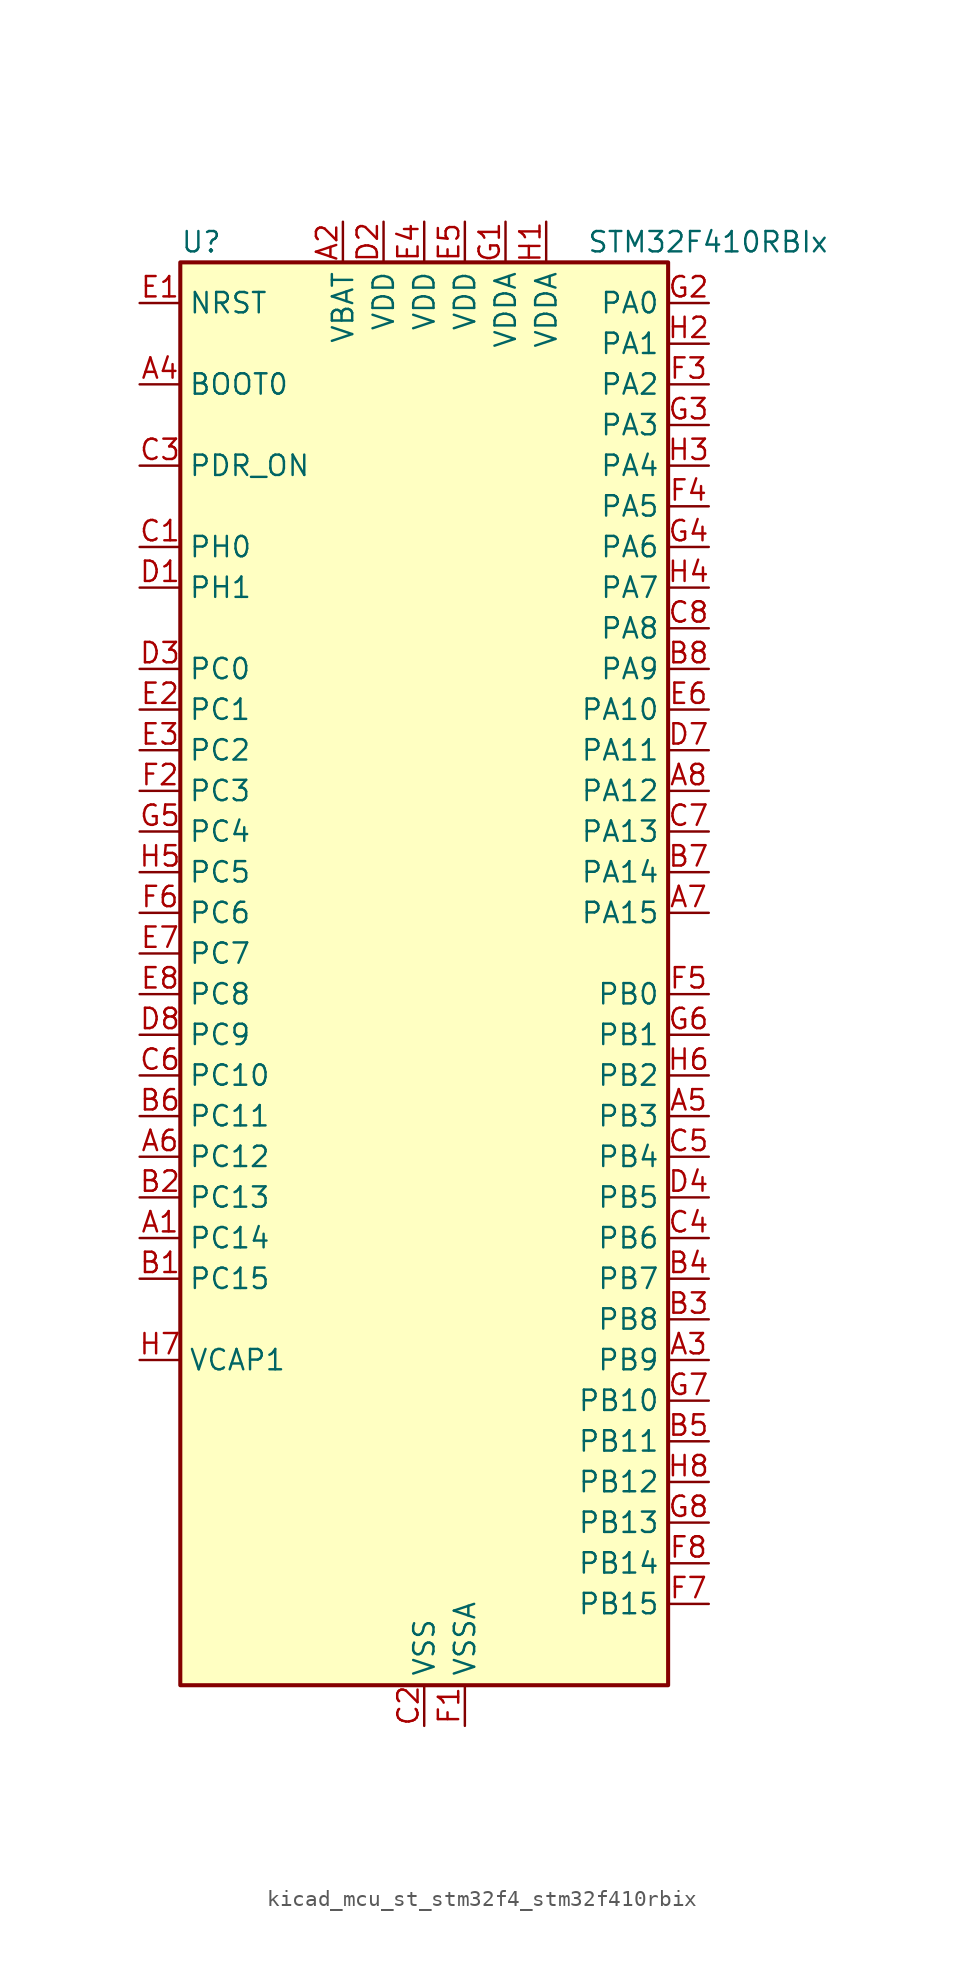
<source format=kicad_sym>
(kicad_symbol_lib
  (version 20220914)
  (generator kicad_symbol_editor)
  (symbol "kicad_mcu_st_stm32f4_stm32f410rbix"
    (property "Reference" "U"
      (at -15.24 46.99 0)
      (effects (font (size 1.27 1.27)) (justify left)))
    (property "Value" "STM32F410RBIx"
      (at 10.16 46.99 0)
      (effects (font (size 1.27 1.27)) (justify left)))
    (property "ki_locked" ""
      (at 0 0 0)
      (effects (font (size 1.27 1.27))))
    (symbol "kicad_mcu_st_stm32f4_stm32f410rbix_0_1"
      (rectangle (start -15.24 -43.18) (end 15.24 45.72) (stroke (width 0.254) (type default)) (fill (type background))))
    (symbol "kicad_mcu_st_stm32f4_stm32f410rbix_1_1"
      (pin bidirectional line (at -17.78 -15.24 0) (length 2.54) (name "PC14" (effects (font (size 1.27 1.27)))) (number "A1" (effects (font (size 1.27 1.27)))) (alternate "RCC_OSC32_IN" bidirectional line))
      (pin power_in line (at -5.08 48.26 270) (length 2.54) (name "VBAT" (effects (font (size 1.27 1.27)))) (number "A2" (effects (font (size 1.27 1.27)))))
      (pin bidirectional line (at 17.78 -22.86 180) (length 2.54) (name "PB9" (effects (font (size 1.27 1.27)))) (number "A3" (effects (font (size 1.27 1.27)))) (alternate "DAC_EXTI9" bidirectional line) (alternate "I2C1_SDA" bidirectional line) (alternate "I2C2_SDA" bidirectional line) (alternate "I2S2_WS" bidirectional line) (alternate "SPI2_NSS" bidirectional line) (alternate "TIM11_CH1" bidirectional line))
      (pin input line (at -17.78 38.1 0) (length 2.54) (name "BOOT0" (effects (font (size 1.27 1.27)))) (number "A4" (effects (font (size 1.27 1.27)))))
      (pin bidirectional line (at 17.78 -7.62 180) (length 2.54) (name "PB3" (effects (font (size 1.27 1.27)))) (number "A5" (effects (font (size 1.27 1.27)))) (alternate "FMPI2C1_SDA" bidirectional line) (alternate "I2C2_SDA" bidirectional line) (alternate "I2S1_CK" bidirectional line) (alternate "SPI1_SCK" bidirectional line) (alternate "SYS_JTDO-SWO" bidirectional line) (alternate "USART1_RX" bidirectional line))
      (pin bidirectional line (at -17.78 -10.16 0) (length 2.54) (name "PC12" (effects (font (size 1.27 1.27)))) (number "A6" (effects (font (size 1.27 1.27)))) (alternate "SYS_TRACED2" bidirectional line) (alternate "TIM11_CH1" bidirectional line))
      (pin bidirectional line (at 17.78 5.08 180) (length 2.54) (name "PA15" (effects (font (size 1.27 1.27)))) (number "A7" (effects (font (size 1.27 1.27)))) (alternate "ADC1_EXTI15" bidirectional line) (alternate "I2S1_WS" bidirectional line) (alternate "SPI1_NSS" bidirectional line) (alternate "SYS_JTDI" bidirectional line) (alternate "USART1_TX" bidirectional line))
      (pin bidirectional line (at 17.78 12.7 180) (length 2.54) (name "PA12" (effects (font (size 1.27 1.27)))) (number "A8" (effects (font (size 1.27 1.27)))) (alternate "SPI5_MISO" bidirectional line) (alternate "TIM1_ETR" bidirectional line) (alternate "USART1_RTS" bidirectional line) (alternate "USART6_RX" bidirectional line))
      (pin bidirectional line (at -17.78 -17.78 0) (length 2.54) (name "PC15" (effects (font (size 1.27 1.27)))) (number "B1" (effects (font (size 1.27 1.27)))) (alternate "ADC1_EXTI15" bidirectional line) (alternate "RCC_OSC32_OUT" bidirectional line))
      (pin bidirectional line (at -17.78 -12.7 0) (length 2.54) (name "PC13" (effects (font (size 1.27 1.27)))) (number "B2" (effects (font (size 1.27 1.27)))) (alternate "RTC_AF1" bidirectional line))
      (pin bidirectional line (at 17.78 -20.32 180) (length 2.54) (name "PB8" (effects (font (size 1.27 1.27)))) (number "B3" (effects (font (size 1.27 1.27)))) (alternate "I2C1_SCL" bidirectional line) (alternate "I2S5_SD" bidirectional line) (alternate "LPTIM1_OUT" bidirectional line) (alternate "SPI5_MOSI" bidirectional line))
      (pin bidirectional line (at 17.78 -17.78 180) (length 2.54) (name "PB7" (effects (font (size 1.27 1.27)))) (number "B4" (effects (font (size 1.27 1.27)))) (alternate "I2C1_SDA" bidirectional line) (alternate "LPTIM1_IN2" bidirectional line) (alternate "USART1_RX" bidirectional line))
      (pin bidirectional line (at 17.78 -27.94 180) (length 2.54) (name "PB11" (effects (font (size 1.27 1.27)))) (number "B5" (effects (font (size 1.27 1.27)))) (alternate "ADC1_EXTI11" bidirectional line) (alternate "I2C2_SDA" bidirectional line) (alternate "I2S_CKIN" bidirectional line) (alternate "SYS_TRACED3" bidirectional line) (alternate "TIM5_CH4" bidirectional line))
      (pin bidirectional line (at -17.78 -7.62 0) (length 2.54) (name "PC11" (effects (font (size 1.27 1.27)))) (number "B6" (effects (font (size 1.27 1.27)))) (alternate "ADC1_EXTI11" bidirectional line) (alternate "SYS_TRACED1" bidirectional line) (alternate "TIM5_CH3" bidirectional line))
      (pin bidirectional line (at 17.78 7.62 180) (length 2.54) (name "PA14" (effects (font (size 1.27 1.27)))) (number "B7" (effects (font (size 1.27 1.27)))) (alternate "SYS_JTCK-SWCLK" bidirectional line))
      (pin bidirectional line (at 17.78 20.32 180) (length 2.54) (name "PA9" (effects (font (size 1.27 1.27)))) (number "B8" (effects (font (size 1.27 1.27)))) (alternate "DAC_EXTI9" bidirectional line) (alternate "TIM1_CH2" bidirectional line) (alternate "USART1_TX" bidirectional line))
      (pin bidirectional line (at -17.78 27.94 0) (length 2.54) (name "PH0" (effects (font (size 1.27 1.27)))) (number "C1" (effects (font (size 1.27 1.27)))) (alternate "RCC_OSC_IN" bidirectional line))
      (pin power_in line (at 0 -45.72 90) (length 2.54) (name "VSS" (effects (font (size 1.27 1.27)))) (number "C2" (effects (font (size 1.27 1.27)))))
      (pin input line (at -17.78 33.02 0) (length 2.54) (name "PDR_ON" (effects (font (size 1.27 1.27)))) (number "C3" (effects (font (size 1.27 1.27)))))
      (pin bidirectional line (at 17.78 -15.24 180) (length 2.54) (name "PB6" (effects (font (size 1.27 1.27)))) (number "C4" (effects (font (size 1.27 1.27)))) (alternate "I2C1_SCL" bidirectional line) (alternate "LPTIM1_ETR" bidirectional line) (alternate "USART1_TX" bidirectional line))
      (pin bidirectional line (at 17.78 -10.16 180) (length 2.54) (name "PB4" (effects (font (size 1.27 1.27)))) (number "C5" (effects (font (size 1.27 1.27)))) (alternate "SPI1_MISO" bidirectional line) (alternate "SYS_JTRST" bidirectional line))
      (pin bidirectional line (at -17.78 -5.08 0) (length 2.54) (name "PC10" (effects (font (size 1.27 1.27)))) (number "C6" (effects (font (size 1.27 1.27)))) (alternate "SYS_TRACED0" bidirectional line) (alternate "TIM5_CH2" bidirectional line))
      (pin bidirectional line (at 17.78 10.16 180) (length 2.54) (name "PA13" (effects (font (size 1.27 1.27)))) (number "C7" (effects (font (size 1.27 1.27)))) (alternate "SYS_JTMS-SWDIO" bidirectional line))
      (pin bidirectional line (at 17.78 22.86 180) (length 2.54) (name "PA8" (effects (font (size 1.27 1.27)))) (number "C8" (effects (font (size 1.27 1.27)))) (alternate "FMPI2C1_SCL" bidirectional line) (alternate "RCC_MCO_1" bidirectional line) (alternate "TIM1_CH1" bidirectional line) (alternate "USART1_CK" bidirectional line))
      (pin bidirectional line (at -17.78 25.4 0) (length 2.54) (name "PH1" (effects (font (size 1.27 1.27)))) (number "D1" (effects (font (size 1.27 1.27)))) (alternate "RCC_OSC_OUT" bidirectional line))
      (pin power_in line (at -2.54 48.26 270) (length 2.54) (name "VDD" (effects (font (size 1.27 1.27)))) (number "D2" (effects (font (size 1.27 1.27)))))
      (pin bidirectional line (at -17.78 20.32 0) (length 2.54) (name "PC0" (effects (font (size 1.27 1.27)))) (number "D3" (effects (font (size 1.27 1.27)))) (alternate "ADC1_IN10" bidirectional line) (alternate "LPTIM1_IN1" bidirectional line) (alternate "SYS_WKUP2" bidirectional line))
      (pin bidirectional line (at 17.78 -12.7 180) (length 2.54) (name "PB5" (effects (font (size 1.27 1.27)))) (number "D4" (effects (font (size 1.27 1.27)))) (alternate "I2C1_SMBA" bidirectional line) (alternate "I2S1_SD" bidirectional line) (alternate "LPTIM1_IN1" bidirectional line) (alternate "SPI1_MOSI" bidirectional line))
      (pin passive line (at 0 -45.72 90) (length 2.54) hide (name "VSS" (effects (font (size 1.27 1.27)))) (number "D5" (effects (font (size 1.27 1.27)))))
      (pin passive line (at 0 -45.72 90) (length 2.54) hide (name "VSS" (effects (font (size 1.27 1.27)))) (number "D6" (effects (font (size 1.27 1.27)))))
      (pin bidirectional line (at 17.78 15.24 180) (length 2.54) (name "PA11" (effects (font (size 1.27 1.27)))) (number "D7" (effects (font (size 1.27 1.27)))) (alternate "ADC1_EXTI11" bidirectional line) (alternate "TIM1_CH4" bidirectional line) (alternate "USART1_CTS" bidirectional line) (alternate "USART6_TX" bidirectional line))
      (pin bidirectional line (at -17.78 -2.54 0) (length 2.54) (name "PC9" (effects (font (size 1.27 1.27)))) (number "D8" (effects (font (size 1.27 1.27)))) (alternate "DAC_EXTI9" bidirectional line) (alternate "FMPI2C1_SDA" bidirectional line) (alternate "I2S_CKIN" bidirectional line) (alternate "RCC_MCO_2" bidirectional line))
      (pin input line (at -17.78 43.18 0) (length 2.54) (name "NRST" (effects (font (size 1.27 1.27)))) (number "E1" (effects (font (size 1.27 1.27)))))
      (pin bidirectional line (at -17.78 17.78 0) (length 2.54) (name "PC1" (effects (font (size 1.27 1.27)))) (number "E2" (effects (font (size 1.27 1.27)))) (alternate "ADC1_IN11" bidirectional line) (alternate "LPTIM1_OUT" bidirectional line) (alternate "SYS_WKUP3" bidirectional line))
      (pin bidirectional line (at -17.78 15.24 0) (length 2.54) (name "PC2" (effects (font (size 1.27 1.27)))) (number "E3" (effects (font (size 1.27 1.27)))) (alternate "ADC1_IN12" bidirectional line) (alternate "LPTIM1_IN2" bidirectional line) (alternate "SPI2_MISO" bidirectional line))
      (pin power_in line (at 0 48.26 270) (length 2.54) (name "VDD" (effects (font (size 1.27 1.27)))) (number "E4" (effects (font (size 1.27 1.27)))))
      (pin power_in line (at 2.54 48.26 270) (length 2.54) (name "VDD" (effects (font (size 1.27 1.27)))) (number "E5" (effects (font (size 1.27 1.27)))))
      (pin bidirectional line (at 17.78 17.78 180) (length 2.54) (name "PA10" (effects (font (size 1.27 1.27)))) (number "E6" (effects (font (size 1.27 1.27)))) (alternate "I2S5_SD" bidirectional line) (alternate "SPI5_MOSI" bidirectional line) (alternate "TIM1_CH3" bidirectional line) (alternate "USART1_RX" bidirectional line))
      (pin bidirectional line (at -17.78 2.54 0) (length 2.54) (name "PC7" (effects (font (size 1.27 1.27)))) (number "E7" (effects (font (size 1.27 1.27)))) (alternate "FMPI2C1_SDA" bidirectional line) (alternate "I2S1_MCK" bidirectional line) (alternate "I2S2_CK" bidirectional line) (alternate "SPI2_SCK" bidirectional line) (alternate "USART6_RX" bidirectional line))
      (pin bidirectional line (at -17.78 0 0) (length 2.54) (name "PC8" (effects (font (size 1.27 1.27)))) (number "E8" (effects (font (size 1.27 1.27)))) (alternate "USART6_CK" bidirectional line))
      (pin power_in line (at 2.54 -45.72 90) (length 2.54) (name "VSSA" (effects (font (size 1.27 1.27)))) (number "F1" (effects (font (size 1.27 1.27)))))
      (pin bidirectional line (at -17.78 12.7 0) (length 2.54) (name "PC3" (effects (font (size 1.27 1.27)))) (number "F2" (effects (font (size 1.27 1.27)))) (alternate "ADC1_IN13" bidirectional line) (alternate "I2S2_SD" bidirectional line) (alternate "LPTIM1_ETR" bidirectional line) (alternate "SPI2_MOSI" bidirectional line))
      (pin bidirectional line (at 17.78 38.1 180) (length 2.54) (name "PA2" (effects (font (size 1.27 1.27)))) (number "F3" (effects (font (size 1.27 1.27)))) (alternate "ADC1_IN2" bidirectional line) (alternate "I2S_CKIN" bidirectional line) (alternate "TIM5_CH3" bidirectional line) (alternate "TIM9_CH1" bidirectional line) (alternate "USART2_TX" bidirectional line))
      (pin bidirectional line (at 17.78 30.48 180) (length 2.54) (name "PA5" (effects (font (size 1.27 1.27)))) (number "F4" (effects (font (size 1.27 1.27)))) (alternate "ADC1_IN5" bidirectional line) (alternate "DAC_OUT1" bidirectional line) (alternate "I2S1_CK" bidirectional line) (alternate "SPI1_SCK" bidirectional line))
      (pin bidirectional line (at 17.78 0 180) (length 2.54) (name "PB0" (effects (font (size 1.27 1.27)))) (number "F5" (effects (font (size 1.27 1.27)))) (alternate "ADC1_IN8" bidirectional line) (alternate "I2S5_CK" bidirectional line) (alternate "SPI5_SCK" bidirectional line) (alternate "TIM1_CH2N" bidirectional line))
      (pin bidirectional line (at -17.78 5.08 0) (length 2.54) (name "PC6" (effects (font (size 1.27 1.27)))) (number "F6" (effects (font (size 1.27 1.27)))) (alternate "FMPI2C1_SCL" bidirectional line) (alternate "I2S2_MCK" bidirectional line) (alternate "SYS_TRACECLK" bidirectional line) (alternate "USART6_TX" bidirectional line))
      (pin bidirectional line (at 17.78 -38.1 180) (length 2.54) (name "PB15" (effects (font (size 1.27 1.27)))) (number "F7" (effects (font (size 1.27 1.27)))) (alternate "ADC1_EXTI15" bidirectional line) (alternate "FMPI2C1_SCL" bidirectional line) (alternate "I2S2_SD" bidirectional line) (alternate "RTC_REFIN" bidirectional line) (alternate "SPI2_MOSI" bidirectional line) (alternate "TIM1_CH3N" bidirectional line))
      (pin bidirectional line (at 17.78 -35.56 180) (length 2.54) (name "PB14" (effects (font (size 1.27 1.27)))) (number "F8" (effects (font (size 1.27 1.27)))) (alternate "FMPI2C1_SDA" bidirectional line) (alternate "SPI2_MISO" bidirectional line) (alternate "TIM1_CH2N" bidirectional line))
      (pin power_in line (at 5.08 48.26 270) (length 2.54) (name "VDDA" (effects (font (size 1.27 1.27)))) (number "G1" (effects (font (size 1.27 1.27)))))
      (pin bidirectional line (at 17.78 43.18 180) (length 2.54) (name "PA0" (effects (font (size 1.27 1.27)))) (number "G2" (effects (font (size 1.27 1.27)))) (alternate "ADC1_IN0" bidirectional line) (alternate "SYS_WKUP1" bidirectional line) (alternate "TIM5_CH1" bidirectional line) (alternate "USART2_CTS" bidirectional line))
      (pin bidirectional line (at 17.78 35.56 180) (length 2.54) (name "PA3" (effects (font (size 1.27 1.27)))) (number "G3" (effects (font (size 1.27 1.27)))) (alternate "ADC1_IN3" bidirectional line) (alternate "I2S2_MCK" bidirectional line) (alternate "TIM5_CH4" bidirectional line) (alternate "TIM9_CH2" bidirectional line) (alternate "USART2_RX" bidirectional line))
      (pin bidirectional line (at 17.78 27.94 180) (length 2.54) (name "PA6" (effects (font (size 1.27 1.27)))) (number "G4" (effects (font (size 1.27 1.27)))) (alternate "ADC1_IN6" bidirectional line) (alternate "I2S2_MCK" bidirectional line) (alternate "SPI1_MISO" bidirectional line) (alternate "TIM1_BKIN" bidirectional line))
      (pin bidirectional line (at -17.78 10.16 0) (length 2.54) (name "PC4" (effects (font (size 1.27 1.27)))) (number "G5" (effects (font (size 1.27 1.27)))) (alternate "ADC1_IN14" bidirectional line) (alternate "TIM9_CH1" bidirectional line))
      (pin bidirectional line (at 17.78 -2.54 180) (length 2.54) (name "PB1" (effects (font (size 1.27 1.27)))) (number "G6" (effects (font (size 1.27 1.27)))) (alternate "ADC1_IN9" bidirectional line) (alternate "I2S5_WS" bidirectional line) (alternate "SPI5_NSS" bidirectional line) (alternate "TIM1_CH3N" bidirectional line))
      (pin bidirectional line (at 17.78 -25.4 180) (length 2.54) (name "PB10" (effects (font (size 1.27 1.27)))) (number "G7" (effects (font (size 1.27 1.27)))) (alternate "FMPI2C1_SCL" bidirectional line) (alternate "I2C2_SCL" bidirectional line) (alternate "I2S1_MCK" bidirectional line) (alternate "I2S2_CK" bidirectional line) (alternate "SPI2_SCK" bidirectional line))
      (pin bidirectional line (at 17.78 -33.02 180) (length 2.54) (name "PB13" (effects (font (size 1.27 1.27)))) (number "G8" (effects (font (size 1.27 1.27)))) (alternate "FMPI2C1_SMBA" bidirectional line) (alternate "I2S2_CK" bidirectional line) (alternate "SPI2_SCK" bidirectional line) (alternate "TIM1_CH1N" bidirectional line))
      (pin power_in line (at 7.62 48.26 270) (length 2.54) (name "VDDA" (effects (font (size 1.27 1.27)))) (number "H1" (effects (font (size 1.27 1.27)))))
      (pin bidirectional line (at 17.78 40.64 180) (length 2.54) (name "PA1" (effects (font (size 1.27 1.27)))) (number "H2" (effects (font (size 1.27 1.27)))) (alternate "ADC1_IN1" bidirectional line) (alternate "TIM5_CH2" bidirectional line) (alternate "USART2_RTS" bidirectional line))
      (pin bidirectional line (at 17.78 33.02 180) (length 2.54) (name "PA4" (effects (font (size 1.27 1.27)))) (number "H3" (effects (font (size 1.27 1.27)))) (alternate "ADC1_IN4" bidirectional line) (alternate "I2S1_WS" bidirectional line) (alternate "SPI1_NSS" bidirectional line) (alternate "USART2_CK" bidirectional line))
      (pin bidirectional line (at 17.78 25.4 180) (length 2.54) (name "PA7" (effects (font (size 1.27 1.27)))) (number "H4" (effects (font (size 1.27 1.27)))) (alternate "ADC1_IN7" bidirectional line) (alternate "I2S1_SD" bidirectional line) (alternate "SPI1_MOSI" bidirectional line) (alternate "TIM1_CH1N" bidirectional line))
      (pin bidirectional line (at -17.78 7.62 0) (length 2.54) (name "PC5" (effects (font (size 1.27 1.27)))) (number "H5" (effects (font (size 1.27 1.27)))) (alternate "ADC1_IN15" bidirectional line) (alternate "FMPI2C1_SMBA" bidirectional line) (alternate "TIM9_CH2" bidirectional line))
      (pin bidirectional line (at 17.78 -5.08 180) (length 2.54) (name "PB2" (effects (font (size 1.27 1.27)))) (number "H6" (effects (font (size 1.27 1.27)))) (alternate "LPTIM1_OUT" bidirectional line))
      (pin power_out line (at -17.78 -22.86 0) (length 2.54) (name "VCAP1" (effects (font (size 1.27 1.27)))) (number "H7" (effects (font (size 1.27 1.27)))))
      (pin bidirectional line (at 17.78 -30.48 180) (length 2.54) (name "PB12" (effects (font (size 1.27 1.27)))) (number "H8" (effects (font (size 1.27 1.27)))) (alternate "I2C2_SMBA" bidirectional line) (alternate "I2S2_WS" bidirectional line) (alternate "SPI2_NSS" bidirectional line) (alternate "TIM1_BKIN" bidirectional line) (alternate "TIM5_CH1" bidirectional line)))))
</source>
